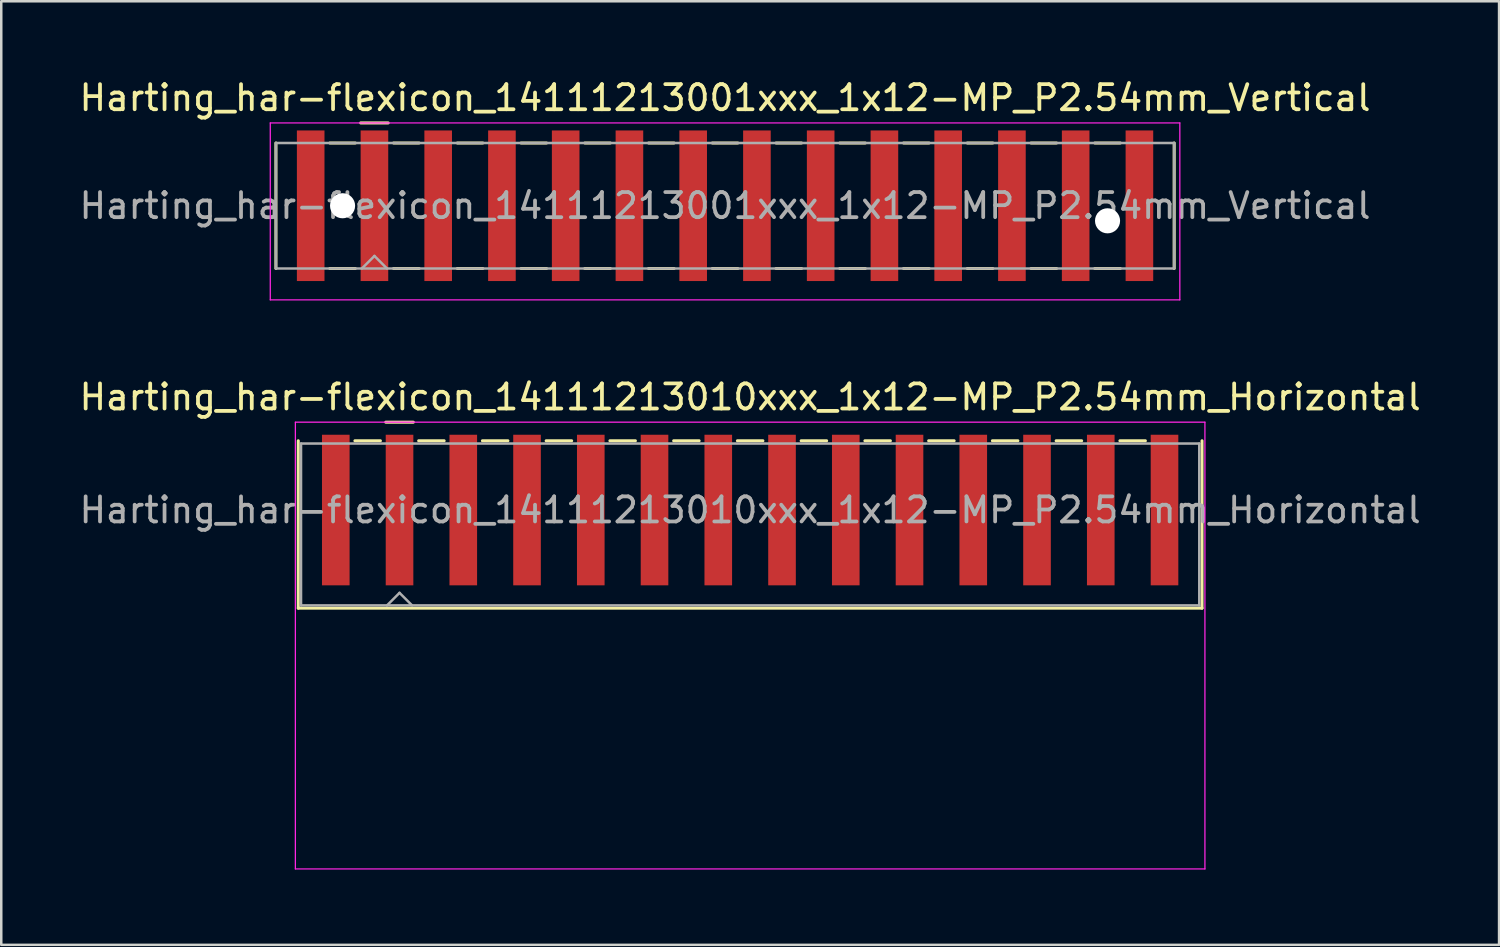
<source format=kicad_pcb>
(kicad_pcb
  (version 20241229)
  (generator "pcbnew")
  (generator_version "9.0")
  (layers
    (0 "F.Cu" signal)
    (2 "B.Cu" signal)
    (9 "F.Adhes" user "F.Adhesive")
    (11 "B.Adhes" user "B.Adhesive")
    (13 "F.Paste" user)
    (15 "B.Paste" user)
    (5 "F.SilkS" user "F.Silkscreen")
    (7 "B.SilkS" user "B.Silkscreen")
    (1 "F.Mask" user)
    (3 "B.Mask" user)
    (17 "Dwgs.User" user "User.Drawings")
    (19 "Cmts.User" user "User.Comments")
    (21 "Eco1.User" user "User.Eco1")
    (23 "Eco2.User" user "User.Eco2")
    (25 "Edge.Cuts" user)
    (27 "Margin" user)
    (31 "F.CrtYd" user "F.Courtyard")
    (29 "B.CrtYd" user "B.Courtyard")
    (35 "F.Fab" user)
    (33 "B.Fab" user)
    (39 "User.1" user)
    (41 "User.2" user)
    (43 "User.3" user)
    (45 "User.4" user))
  (footprint "Harting_har-flexicon_14111213001xxx_1x12-MP_P2.54mm_Vertical"
    (layer "F.Cu")
    (at 25.839 5.148)
    (property "Reference" "Harting_har-flexicon_14111213001xxx_1x12-MP_P2.54mm_Vertical" (at 0 -4.3 0) (layer "F.SilkS") (effects (font (size 1 1) (thickness 0.15))))
    (attr smd)
    (fp_line (start -17.895 -2.5) (end -17.895 2.5) (stroke (width 0.12) (type solid)) (layer "F.SilkS"))
    (fp_line (start -15.748 -2.5) (end -14.732 -2.5) (stroke (width 0.12) (type solid)) (layer "F.SilkS"))
    (fp_line (start -15.748 2.5) (end -14.732 2.5) (stroke (width 0.12) (type solid)) (layer "F.SilkS"))
    (fp_line (start -14.52 -3.3) (end -13.42 -3.3) (stroke (width 0.12) (type solid)) (layer "F.SilkS"))
    (fp_line (start -13.208 -2.5) (end -12.192 -2.5) (stroke (width 0.12) (type solid)) (layer "F.SilkS"))
    (fp_line (start -13.208 2.5) (end -12.192 2.5) (stroke (width 0.12) (type solid)) (layer "F.SilkS"))
    (fp_line (start -10.668 -2.5) (end -9.652 -2.5) (stroke (width 0.12) (type solid)) (layer "F.SilkS"))
    (fp_line (start -10.668 2.5) (end -9.652 2.5) (stroke (width 0.12) (type solid)) (layer "F.SilkS"))
    (fp_line (start -8.128 -2.5) (end -7.112 -2.5) (stroke (width 0.12) (type solid)) (layer "F.SilkS"))
    (fp_line (start -8.128 2.5) (end -7.112 2.5) (stroke (width 0.12) (type solid)) (layer "F.SilkS"))
    (fp_line (start -5.588 -2.5) (end -4.572 -2.5) (stroke (width 0.12) (type solid)) (layer "F.SilkS"))
    (fp_line (start -5.588 2.5) (end -4.572 2.5) (stroke (width 0.12) (type solid)) (layer "F.SilkS"))
    (fp_line (start -3.048 -2.5) (end -2.032 -2.5) (stroke (width 0.12) (type solid)) (layer "F.SilkS"))
    (fp_line (start -3.048 2.5) (end -2.032 2.5) (stroke (width 0.12) (type solid)) (layer "F.SilkS"))
    (fp_line (start -0.508 -2.5) (end 0.508 -2.5) (stroke (width 0.12) (type solid)) (layer "F.SilkS"))
    (fp_line (start -0.508 2.5) (end 0.508 2.5) (stroke (width 0.12) (type solid)) (layer "F.SilkS"))
    (fp_line (start 2.032 -2.5) (end 3.048 -2.5) (stroke (width 0.12) (type solid)) (layer "F.SilkS"))
    (fp_line (start 2.032 2.5) (end 3.048 2.5) (stroke (width 0.12) (type solid)) (layer "F.SilkS"))
    (fp_line (start 4.572 -2.5) (end 5.588 -2.5) (stroke (width 0.12) (type solid)) (layer "F.SilkS"))
    (fp_line (start 4.572 2.5) (end 5.588 2.5) (stroke (width 0.12) (type solid)) (layer "F.SilkS"))
    (fp_line (start 7.112 -2.5) (end 8.128 -2.5) (stroke (width 0.12) (type solid)) (layer "F.SilkS"))
    (fp_line (start 7.112 2.5) (end 8.128 2.5) (stroke (width 0.12) (type solid)) (layer "F.SilkS"))
    (fp_line (start 9.652 -2.5) (end 10.668 -2.5) (stroke (width 0.12) (type solid)) (layer "F.SilkS"))
    (fp_line (start 9.652 2.5) (end 10.668 2.5) (stroke (width 0.12) (type solid)) (layer "F.SilkS"))
    (fp_line (start 12.192 -2.5) (end 13.208 -2.5) (stroke (width 0.12) (type solid)) (layer "F.SilkS"))
    (fp_line (start 12.192 2.5) (end 13.208 2.5) (stroke (width 0.12) (type solid)) (layer "F.SilkS"))
    (fp_line (start 14.732 -2.5) (end 15.748 -2.5) (stroke (width 0.12) (type solid)) (layer "F.SilkS"))
    (fp_line (start 14.732 2.5) (end 15.748 2.5) (stroke (width 0.12) (type solid)) (layer "F.SilkS"))
    (fp_line (start 17.895 -2.5) (end 17.895 2.5) (stroke (width 0.12) (type solid)) (layer "F.SilkS"))
    (fp_line (start -18.12 -3.3) (end -18.12 3.75) (stroke (width 0.05) (type solid)) (layer "F.CrtYd"))
    (fp_line (start -18.12 3.75) (end 18.12 3.75) (stroke (width 0.05) (type solid)) (layer "F.CrtYd"))
    (fp_line (start 18.12 -3.3) (end -18.12 -3.3) (stroke (width 0.05) (type solid)) (layer "F.CrtYd"))
    (fp_line (start 18.12 3.75) (end 18.12 -3.3) (stroke (width 0.05) (type solid)) (layer "F.CrtYd"))
    (fp_line (start -17.895 -2.5) (end -17.895 2.5) (stroke (width 0.1) (type solid)) (layer "F.Fab"))
    (fp_line (start -17.895 2.5) (end 17.895 2.5) (stroke (width 0.1) (type solid)) (layer "F.Fab"))
    (fp_line (start -14.47 2.5) (end -13.97 2) (stroke (width 0.1) (type solid)) (layer "F.Fab"))
    (fp_line (start -13.97 2) (end -13.47 2.5) (stroke (width 0.1) (type solid)) (layer "F.Fab"))
    (fp_line (start 17.895 -2.5) (end -17.895 -2.5) (stroke (width 0.1) (type solid)) (layer "F.Fab"))
    (fp_line (start 17.895 2.5) (end 17.895 -2.5) (stroke (width 0.1) (type solid)) (layer "F.Fab"))
    (fp_text user "${REFERENCE}" (at 0 0 0) (layer "F.Fab") (effects (font (size 1 1) (thickness 0.15))))
    (pad "" np_thru_hole circle (at -15.24 0) (size 1 1) (drill 1) (layers "*.Cu" "*.Mask"))
    (pad "" np_thru_hole circle (at 15.24 0.6) (size 1 1) (drill 1) (layers "*.Cu" "*.Mask"))
    (pad "1" smd rect (at -13.97 0) (size 1.1 6) (layers "F.Cu" "F.Mask" "F.Paste"))
    (pad "2" smd rect (at -11.43 0) (size 1.1 6) (layers "F.Cu" "F.Mask" "F.Paste"))
    (pad "3" smd rect (at -8.89 0) (size 1.1 6) (layers "F.Cu" "F.Mask" "F.Paste"))
    (pad "4" smd rect (at -6.35 0) (size 1.1 6) (layers "F.Cu" "F.Mask" "F.Paste"))
    (pad "5" smd rect (at -3.81 0) (size 1.1 6) (layers "F.Cu" "F.Mask" "F.Paste"))
    (pad "6" smd rect (at -1.27 0) (size 1.1 6) (layers "F.Cu" "F.Mask" "F.Paste"))
    (pad "7" smd rect (at 1.27 0) (size 1.1 6) (layers "F.Cu" "F.Mask" "F.Paste"))
    (pad "8" smd rect (at 3.81 0) (size 1.1 6) (layers "F.Cu" "F.Mask" "F.Paste"))
    (pad "9" smd rect (at 6.35 0) (size 1.1 6) (layers "F.Cu" "F.Mask" "F.Paste"))
    (pad "10" smd rect (at 8.89 0) (size 1.1 6) (layers "F.Cu" "F.Mask" "F.Paste"))
    (pad "11" smd rect (at 11.43 0) (size 1.1 6) (layers "F.Cu" "F.Mask" "F.Paste"))
    (pad "12" smd rect (at 13.97 0) (size 1.1 6) (layers "F.Cu" "F.Mask" "F.Paste"))
    (pad "MP" smd rect (at -16.51 0) (size 1.1 6) (layers "F.Cu" "F.Mask" "F.Paste"))
    (pad "MP" smd rect (at 16.51 0) (size 1.1 6) (layers "F.Cu" "F.Mask" "F.Paste")))
  (footprint "Harting_har-flexicon_14111213010xxx_1x12-MP_P2.54mm_Horizontal"
    (layer "F.Cu")
    (at 26.839 18.572)
    (property "Reference" "Harting_har-flexicon_14111213010xxx_1x12-MP_P2.54mm_Horizontal" (at 0 -5.8 0) (layer "F.SilkS") (effects (font (size 1 1) (thickness 0.15))))
    (attr smd)
    (fp_line (start -18.005 -4.06) (end -18.005 2.61) (stroke (width 0.12) (type solid)) (layer "F.SilkS"))
    (fp_line (start -15.748 -4.06) (end -14.732 -4.06) (stroke (width 0.12) (type solid)) (layer "F.SilkS"))
    (fp_line (start -14.52 -4.8) (end -13.42 -4.8) (stroke (width 0.12) (type solid)) (layer "F.SilkS"))
    (fp_line (start -13.208 -4.06) (end -12.192 -4.06) (stroke (width 0.12) (type solid)) (layer "F.SilkS"))
    (fp_line (start -10.668 -4.06) (end -9.652 -4.06) (stroke (width 0.12) (type solid)) (layer "F.SilkS"))
    (fp_line (start -8.128 -4.06) (end -7.112 -4.06) (stroke (width 0.12) (type solid)) (layer "F.SilkS"))
    (fp_line (start -5.588 -4.06) (end -4.572 -4.06) (stroke (width 0.12) (type solid)) (layer "F.SilkS"))
    (fp_line (start -3.048 -4.06) (end -2.032 -4.06) (stroke (width 0.12) (type solid)) (layer "F.SilkS"))
    (fp_line (start -0.508 -4.06) (end 0.508 -4.06) (stroke (width 0.12) (type solid)) (layer "F.SilkS"))
    (fp_line (start 2.032 -4.06) (end 3.048 -4.06) (stroke (width 0.12) (type solid)) (layer "F.SilkS"))
    (fp_line (start 4.572 -4.06) (end 5.588 -4.06) (stroke (width 0.12) (type solid)) (layer "F.SilkS"))
    (fp_line (start 7.112 -4.06) (end 8.128 -4.06) (stroke (width 0.12) (type solid)) (layer "F.SilkS"))
    (fp_line (start 9.652 -4.06) (end 10.668 -4.06) (stroke (width 0.12) (type solid)) (layer "F.SilkS"))
    (fp_line (start 12.192 -4.06) (end 13.208 -4.06) (stroke (width 0.12) (type solid)) (layer "F.SilkS"))
    (fp_line (start 14.732 -4.06) (end 15.748 -4.06) (stroke (width 0.12) (type solid)) (layer "F.SilkS"))
    (fp_line (start 18.005 -4.06) (end 18.005 2.61) (stroke (width 0.12) (type solid)) (layer "F.SilkS"))
    (fp_line (start 18.005 2.61) (end -18.005 2.61) (stroke (width 0.12) (type solid)) (layer "F.SilkS"))
    (fp_line (start -18.12 -4.8) (end -18.12 13) (stroke (width 0.05) (type solid)) (layer "F.CrtYd"))
    (fp_line (start -18.12 13) (end 18.12 13) (stroke (width 0.05) (type solid)) (layer "F.CrtYd"))
    (fp_line (start 18.12 -4.8) (end -18.12 -4.8) (stroke (width 0.05) (type solid)) (layer "F.CrtYd"))
    (fp_line (start 18.12 13) (end 18.12 -4.8) (stroke (width 0.05) (type solid)) (layer "F.CrtYd"))
    (fp_line (start -17.895 -3.95) (end -17.895 2.5) (stroke (width 0.1) (type solid)) (layer "F.Fab"))
    (fp_line (start -17.895 2.5) (end 17.895 2.5) (stroke (width 0.1) (type solid)) (layer "F.Fab"))
    (fp_line (start -14.47 2.5) (end -13.97 2) (stroke (width 0.1) (type solid)) (layer "F.Fab"))
    (fp_line (start -13.97 2) (end -13.47 2.5) (stroke (width 0.1) (type solid)) (layer "F.Fab"))
    (fp_line (start 17.895 -3.95) (end -17.895 -3.95) (stroke (width 0.1) (type solid)) (layer "F.Fab"))
    (fp_line (start 17.895 2.5) (end 17.895 -3.95) (stroke (width 0.1) (type solid)) (layer "F.Fab"))
    (fp_text user "${REFERENCE}" (at 0 -1.3 0) (layer "F.Fab") (effects (font (size 1 1) (thickness 0.15))))
    (pad "1" smd rect (at -13.97 -1.3) (size 1.1 6) (layers "F.Cu" "F.Mask" "F.Paste"))
    (pad "2" smd rect (at -11.43 -1.3) (size 1.1 6) (layers "F.Cu" "F.Mask" "F.Paste"))
    (pad "3" smd rect (at -8.89 -1.3) (size 1.1 6) (layers "F.Cu" "F.Mask" "F.Paste"))
    (pad "4" smd rect (at -6.35 -1.3) (size 1.1 6) (layers "F.Cu" "F.Mask" "F.Paste"))
    (pad "5" smd rect (at -3.81 -1.3) (size 1.1 6) (layers "F.Cu" "F.Mask" "F.Paste"))
    (pad "6" smd rect (at -1.27 -1.3) (size 1.1 6) (layers "F.Cu" "F.Mask" "F.Paste"))
    (pad "7" smd rect (at 1.27 -1.3) (size 1.1 6) (layers "F.Cu" "F.Mask" "F.Paste"))
    (pad "8" smd rect (at 3.81 -1.3) (size 1.1 6) (layers "F.Cu" "F.Mask" "F.Paste"))
    (pad "9" smd rect (at 6.35 -1.3) (size 1.1 6) (layers "F.Cu" "F.Mask" "F.Paste"))
    (pad "10" smd rect (at 8.89 -1.3) (size 1.1 6) (layers "F.Cu" "F.Mask" "F.Paste"))
    (pad "11" smd rect (at 11.43 -1.3) (size 1.1 6) (layers "F.Cu" "F.Mask" "F.Paste"))
    (pad "12" smd rect (at 13.97 -1.3) (size 1.1 6) (layers "F.Cu" "F.Mask" "F.Paste"))
    (pad "MP" smd rect (at -16.51 -1.3) (size 1.1 6) (layers "F.Cu" "F.Mask" "F.Paste"))
    (pad "MP" smd rect (at 16.51 -1.3) (size 1.1 6) (layers "F.Cu" "F.Mask" "F.Paste")))
  (gr_rect
    (start -3 -3)
    (end 56.679 34.596)
    (stroke (width 0.1) (type default))
    (fill no)
    (layer "Edge.Cuts")))
</source>
